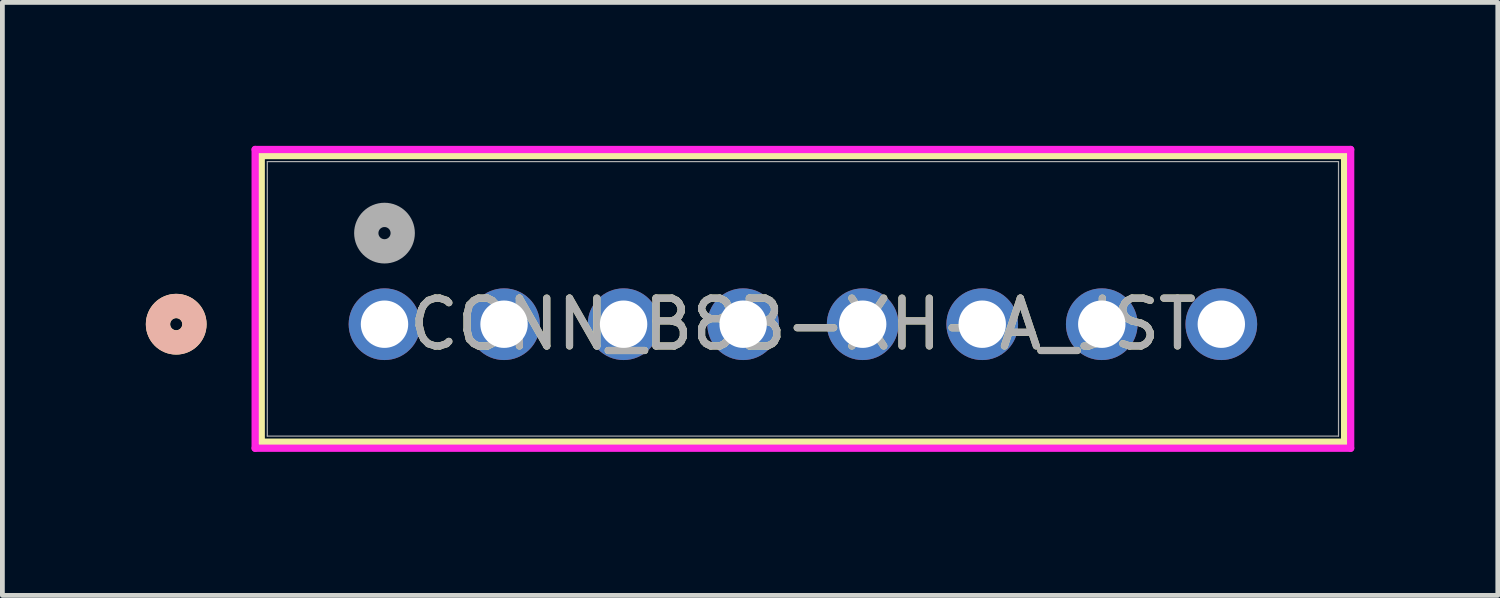
<source format=kicad_pcb>
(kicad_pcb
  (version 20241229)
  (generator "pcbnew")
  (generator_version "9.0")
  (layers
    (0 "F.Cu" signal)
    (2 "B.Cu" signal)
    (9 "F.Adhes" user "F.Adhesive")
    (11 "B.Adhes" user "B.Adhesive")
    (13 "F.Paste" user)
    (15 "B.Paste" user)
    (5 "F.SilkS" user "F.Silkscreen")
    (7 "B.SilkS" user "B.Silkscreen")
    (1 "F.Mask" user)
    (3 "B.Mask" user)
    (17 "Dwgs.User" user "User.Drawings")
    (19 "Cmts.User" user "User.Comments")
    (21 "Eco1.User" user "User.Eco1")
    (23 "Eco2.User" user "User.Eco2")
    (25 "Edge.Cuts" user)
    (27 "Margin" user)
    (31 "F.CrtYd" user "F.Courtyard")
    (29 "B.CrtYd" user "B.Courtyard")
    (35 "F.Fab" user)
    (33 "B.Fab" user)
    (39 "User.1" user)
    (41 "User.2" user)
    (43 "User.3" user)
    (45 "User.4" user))
  (footprint "CONN_B8B-XH-A_JST"
    (layer "F.Cu")
    (at 4.991 3.73)
    (property "Reference" "CONN_B8B-XH-A_JST" (at 8.75 0 0) (unlocked yes) (layer "F.SilkS") (effects (font (size 1 1) (thickness 0.15))))
    (attr through_hole)
    (fp_line (start -2.578 -3.527) (end -2.578 2.467) (stroke (width 0.152) (type solid)) (layer "F.SilkS"))
    (fp_line (start -2.578 2.467) (end 20.078 2.467) (stroke (width 0.152) (type solid)) (layer "F.SilkS"))
    (fp_line (start 20.078 -3.527) (end -2.578 -3.527) (stroke (width 0.152) (type solid)) (layer "F.SilkS"))
    (fp_line (start 20.078 2.467) (end 20.078 -3.527) (stroke (width 0.152) (type solid)) (layer "F.SilkS"))
    (fp_circle (center -4.356 0) (end -3.975 0) (stroke (width 0.508) (type solid)) (fill no) (layer "F.SilkS"))
    (fp_circle (center -4.356 0) (end -3.975 0) (stroke (width 0.508) (type solid)) (fill no) (layer "B.SilkS"))
    (fp_line (start -2.705 -3.654) (end -2.705 2.594) (stroke (width 0.152) (type solid)) (layer "F.CrtYd"))
    (fp_line (start -2.705 2.594) (end 20.205 2.594) (stroke (width 0.152) (type solid)) (layer "F.CrtYd"))
    (fp_line (start 20.205 -3.654) (end -2.705 -3.654) (stroke (width 0.152) (type solid)) (layer "F.CrtYd"))
    (fp_line (start 20.205 2.594) (end 20.205 -3.654) (stroke (width 0.152) (type solid)) (layer "F.CrtYd"))
    (fp_line (start -2.451 -3.4) (end -2.451 2.34) (stroke (width 0.025) (type solid)) (layer "F.Fab"))
    (fp_line (start -2.451 2.34) (end 19.951 2.34) (stroke (width 0.025) (type solid)) (layer "F.Fab"))
    (fp_line (start 19.951 -3.4) (end -2.451 -3.4) (stroke (width 0.025) (type solid)) (layer "F.Fab"))
    (fp_line (start 19.951 2.34) (end 19.951 -3.4) (stroke (width 0.025) (type solid)) (layer "F.Fab"))
    (fp_circle (center 0 -1.905) (end 0.381 -1.905) (stroke (width 0.508) (type solid)) (fill no) (layer "F.Fab"))
    (fp_text user "${REFERENCE}" (at 8.75 0 0) (unlocked yes) (layer "F.Fab") (effects (font (size 1 1) (thickness 0.15))))
    (pad "1" thru_hole circle (at 0 0) (size 1.499 1.499) (drill 0.991) (layers "*.Cu" "*.Mask"))
    (pad "2" thru_hole circle (at 2.5 0) (size 1.499 1.499) (drill 0.991) (layers "*.Cu" "*.Mask"))
    (pad "3" thru_hole circle (at 5 0) (size 1.499 1.499) (drill 0.991) (layers "*.Cu" "*.Mask"))
    (pad "4" thru_hole circle (at 7.5 0) (size 1.499 1.499) (drill 0.991) (layers "*.Cu" "*.Mask"))
    (pad "5" thru_hole circle (at 10 0) (size 1.499 1.499) (drill 0.991) (layers "*.Cu" "*.Mask"))
    (pad "6" thru_hole circle (at 12.5 0) (size 1.499 1.499) (drill 0.991) (layers "*.Cu" "*.Mask"))
    (pad "7" thru_hole circle (at 15 0) (size 1.499 1.499) (drill 0.991) (layers "*.Cu" "*.Mask"))
    (pad "8" thru_hole circle (at 17.5 0) (size 1.499 1.499) (drill 0.991) (layers "*.Cu" "*.Mask")))
  (gr_rect
    (start -3 -3)
    (end 28.273 9.401)
    (stroke (width 0.1) (type default))
    (fill no)
    (layer "Edge.Cuts")))
</source>
